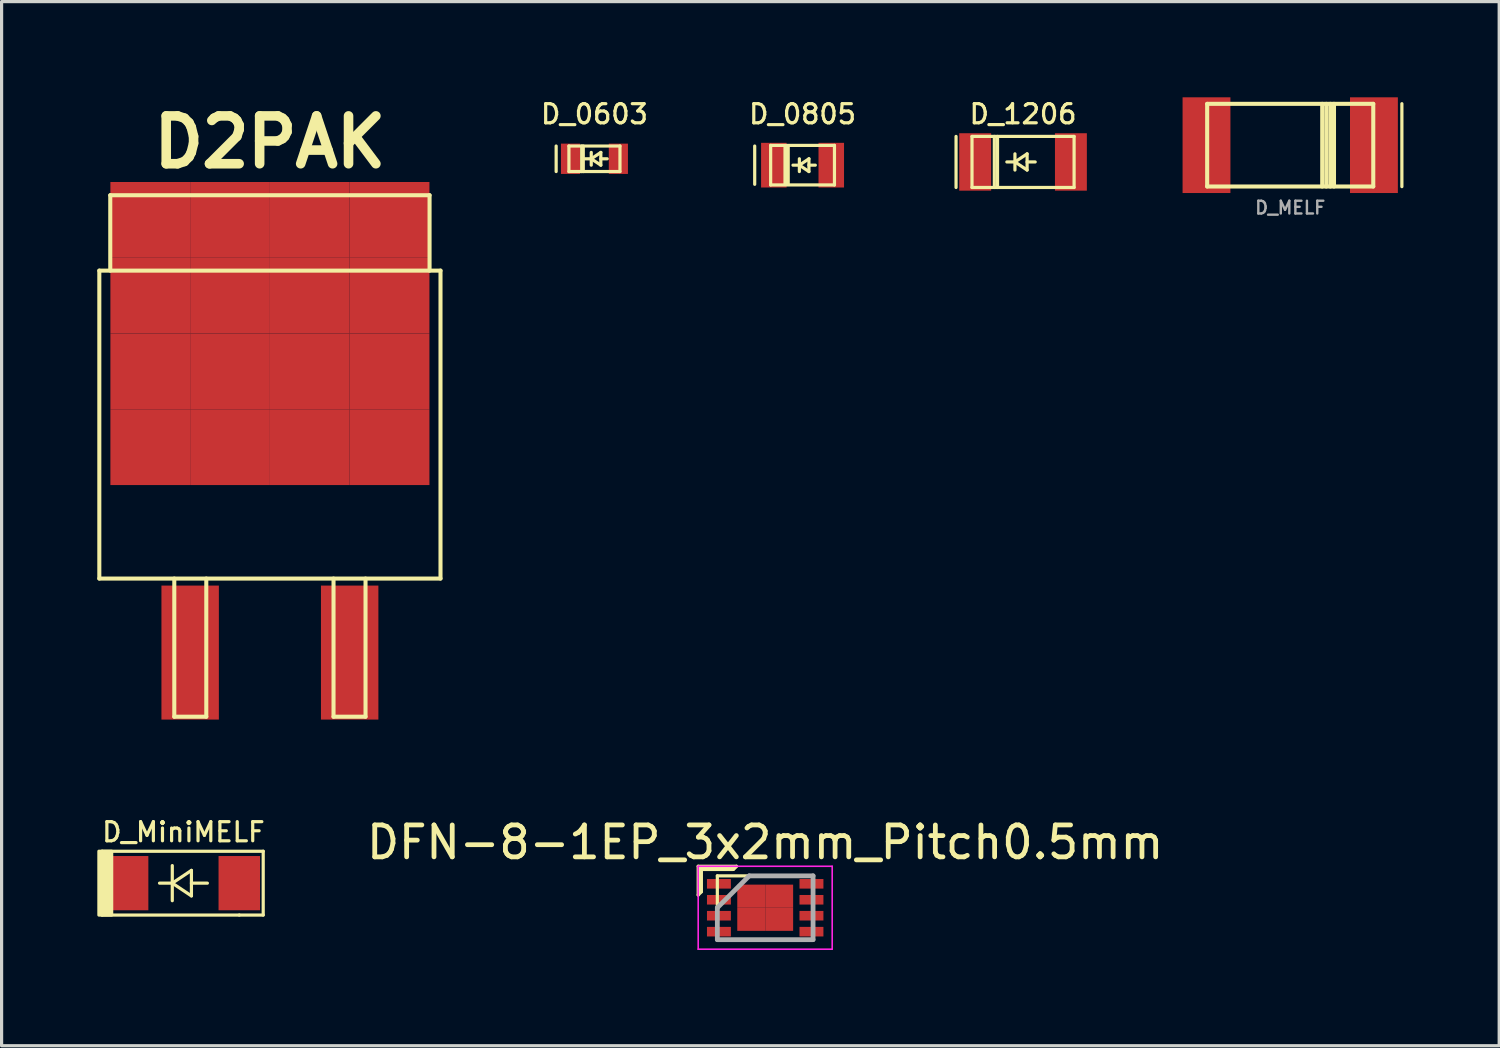
<source format=kicad_pcb>
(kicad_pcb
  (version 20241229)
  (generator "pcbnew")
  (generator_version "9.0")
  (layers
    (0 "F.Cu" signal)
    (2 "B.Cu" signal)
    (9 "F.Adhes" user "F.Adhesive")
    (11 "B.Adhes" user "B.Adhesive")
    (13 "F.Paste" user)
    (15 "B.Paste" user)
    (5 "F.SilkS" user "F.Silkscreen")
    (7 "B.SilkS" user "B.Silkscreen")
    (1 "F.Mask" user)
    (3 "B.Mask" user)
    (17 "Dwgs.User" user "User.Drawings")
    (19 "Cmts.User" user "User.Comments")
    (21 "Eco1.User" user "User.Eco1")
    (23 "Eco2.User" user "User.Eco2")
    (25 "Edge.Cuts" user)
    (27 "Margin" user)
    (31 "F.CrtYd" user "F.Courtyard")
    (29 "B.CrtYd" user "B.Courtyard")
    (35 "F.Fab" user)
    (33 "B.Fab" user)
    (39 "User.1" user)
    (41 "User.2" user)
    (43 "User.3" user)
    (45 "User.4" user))
  (footprint "DFN-8-1EP_3x2mm_Pitch0.5mm"
    (layer "F.Cu")
    (at 20.934 25.402)
    (property "Reference" "DFN-8-1EP_3x2mm_Pitch0.5mm" (at 0 -2.05 0) (layer "F.SilkS") (effects (font (size 1 1) (thickness 0.15))))
    (attr smd)
    (fp_line (start -2.1 -1.3) (end -2.1 -0.4) (stroke (width 0.1) (type solid)) (layer "F.SilkS"))
    (fp_line (start -2.1 -0.4) (end -2 -0.5) (stroke (width 0.1) (type solid)) (layer "F.SilkS"))
    (fp_line (start -2.05 -1.25) (end -0.95 -1.25) (stroke (width 0.1) (type solid)) (layer "F.SilkS"))
    (fp_line (start -2.05 -0.5) (end -2.05 -1.25) (stroke (width 0.1) (type solid)) (layer "F.SilkS"))
    (fp_line (start -2 -1.2) (end -1 -1.2) (stroke (width 0.1) (type solid)) (layer "F.SilkS"))
    (fp_line (start -2 -0.5) (end -2 -1.2) (stroke (width 0.1) (type solid)) (layer "F.SilkS"))
    (fp_line (start -1.5 -1) (end -1.5 1) (stroke (width 0.1) (type solid)) (layer "F.SilkS"))
    (fp_line (start -1.5 1) (end 1.5 1) (stroke (width 0.1) (type solid)) (layer "F.SilkS"))
    (fp_line (start -1 -1.2) (end -0.9 -1.3) (stroke (width 0.1) (type solid)) (layer "F.SilkS"))
    (fp_line (start -0.9 -1.3) (end -2.1 -1.3) (stroke (width 0.1) (type solid)) (layer "F.SilkS"))
    (fp_line (start 1.5 -1) (end -1.5 -1) (stroke (width 0.1) (type solid)) (layer "F.SilkS"))
    (fp_line (start 1.5 1) (end 1.5 -1) (stroke (width 0.1) (type solid)) (layer "F.SilkS"))
    (fp_line (start -2.1 -1.3) (end -2.1 1.3) (stroke (width 0.05) (type solid)) (layer "F.CrtYd"))
    (fp_line (start -2.1 -1.3) (end 2.1 -1.3) (stroke (width 0.05) (type solid)) (layer "F.CrtYd"))
    (fp_line (start -2.1 1.3) (end 2.1 1.3) (stroke (width 0.05) (type solid)) (layer "F.CrtYd"))
    (fp_line (start 2.1 -1.3) (end 2.1 1.3) (stroke (width 0.05) (type solid)) (layer "F.CrtYd"))
    (fp_line (start -1.5 0) (end -0.5 -1) (stroke (width 0.15) (type solid)) (layer "F.Fab"))
    (fp_line (start -1.5 1) (end -1.5 0) (stroke (width 0.15) (type solid)) (layer "F.Fab"))
    (fp_line (start -0.5 -1) (end 1.5 -1) (stroke (width 0.15) (type solid)) (layer "F.Fab"))
    (fp_line (start 1.5 -1) (end 1.5 1) (stroke (width 0.15) (type solid)) (layer "F.Fab"))
    (fp_line (start 1.5 1) (end -1.5 1) (stroke (width 0.15) (type solid)) (layer "F.Fab"))
    (pad "1" smd rect (at -1.45 -0.75) (size 0.75 0.3) (layers "F.Cu" "F.Mask" "F.Paste"))
    (pad "2" smd rect (at -1.45 -0.25) (size 0.75 0.3) (layers "F.Cu" "F.Mask" "F.Paste"))
    (pad "3" smd rect (at -1.45 0.25) (size 0.75 0.3) (layers "F.Cu" "F.Mask" "F.Paste"))
    (pad "4" smd rect (at -1.45 0.75) (size 0.75 0.3) (layers "F.Cu" "F.Mask" "F.Paste"))
    (pad "5" smd rect (at 1.45 0.75) (size 0.75 0.3) (layers "F.Cu" "F.Mask" "F.Paste"))
    (pad "6" smd rect (at 1.45 0.25) (size 0.75 0.3) (layers "F.Cu" "F.Mask" "F.Paste"))
    (pad "7" smd rect (at 1.45 -0.25) (size 0.75 0.3) (layers "F.Cu" "F.Mask" "F.Paste"))
    (pad "8" smd rect (at 1.45 -0.75) (size 0.75 0.3) (layers "F.Cu" "F.Mask" "F.Paste"))
    (pad "9" smd rect (at -0.438 -0.362) (size 0.875 0.725) (layers "F.Cu" "F.Mask" "F.Paste"))
    (pad "9" smd rect (at -0.438 0.362) (size 0.875 0.725) (layers "F.Cu" "F.Mask" "F.Paste"))
    (pad "9" smd rect (at 0.438 -0.362) (size 0.875 0.725) (layers "F.Cu" "F.Mask" "F.Paste"))
    (pad "9" smd rect (at 0.438 0.362) (size 0.875 0.725) (layers "F.Cu" "F.Mask" "F.Paste")))
  (footprint "D_0603"
    (layer "F.Cu")
    (at 15.582 1.927)
    (property "Reference" "D_0603" (at 0 -1.4 0) (layer "F.SilkS") (effects (font (size 0.6 0.6) (thickness 0.1))))
    (attr smd)
    (fp_line (start -1.2 -0.4) (end -1.2 0.4) (stroke (width 0.1) (type solid)) (layer "F.SilkS"))
    (fp_line (start -0.8 -0.4) (end -0.8 0.4) (stroke (width 0.1) (type solid)) (layer "F.SilkS"))
    (fp_line (start -0.8 0.4) (end 0.8 0.4) (stroke (width 0.1) (type solid)) (layer "F.SilkS"))
    (fp_line (start -0.4 -0.4) (end -0.4 0.4) (stroke (width 0.1) (type solid)) (layer "F.SilkS"))
    (fp_line (start -0.35 -0.4) (end -0.35 0.4) (stroke (width 0.1) (type solid)) (layer "F.SilkS"))
    (fp_line (start -0.1 -0.2) (end -0.1 0.2) (stroke (width 0.1) (type solid)) (layer "F.SilkS"))
    (fp_line (start -0.1 0) (end -0.3 0) (stroke (width 0.1) (type solid)) (layer "F.SilkS"))
    (fp_line (start -0.1 0) (end 0.2 0.2) (stroke (width 0.1) (type solid)) (layer "F.SilkS"))
    (fp_line (start 0.2 -0.2) (end -0.1 0) (stroke (width 0.1) (type solid)) (layer "F.SilkS"))
    (fp_line (start 0.2 0) (end 0.4 0) (stroke (width 0.1) (type solid)) (layer "F.SilkS"))
    (fp_line (start 0.2 0.2) (end 0.2 -0.2) (stroke (width 0.1) (type solid)) (layer "F.SilkS"))
    (fp_line (start 0.8 -0.4) (end -0.8 -0.4) (stroke (width 0.1) (type solid)) (layer "F.SilkS"))
    (fp_line (start 0.8 0.4) (end 0.8 -0.4) (stroke (width 0.1) (type solid)) (layer "F.SilkS"))
    (pad "1" smd rect (at -0.75 0) (size 0.6 0.95) (layers "F.Cu" "F.Mask" "F.Paste"))
    (pad "2" smd rect (at 0.75 0) (size 0.6 0.95) (layers "F.Cu" "F.Mask" "F.Paste")))
  (footprint "D_MELF"
    (layer "F.Cu")
    (at 37.39 1.5)
    (property "Reference" "D_MELF" (at 0 1.96 0) (layer "F.Fab") (effects (font (size 0.4 0.4) (thickness 0.075))))
    (attr through_hole)
    (fp_line (start -2.603 -1.295) (end -2.603 1.295) (stroke (width 0.127) (type solid)) (layer "F.SilkS"))
    (fp_line (start -2.603 1.295) (end 2.603 1.295) (stroke (width 0.127) (type solid)) (layer "F.SilkS"))
    (fp_line (start 1.003 -1.295) (end 1.003 1.295) (stroke (width 0.127) (type solid)) (layer "F.SilkS"))
    (fp_line (start 1.13 1.295) (end 1.13 -1.295) (stroke (width 0.127) (type solid)) (layer "F.SilkS"))
    (fp_line (start 1.257 -1.295) (end 1.257 1.295) (stroke (width 0.127) (type solid)) (layer "F.SilkS"))
    (fp_line (start 1.372 -1.295) (end 1.372 1.295) (stroke (width 0.127) (type solid)) (layer "F.SilkS"))
    (fp_line (start 2.603 -1.295) (end -2.603 -1.295) (stroke (width 0.127) (type solid)) (layer "F.SilkS"))
    (fp_line (start 2.603 1.295) (end 2.603 -1.295) (stroke (width 0.127) (type solid)) (layer "F.SilkS"))
    (fp_line (start 3.5 -1.3) (end 3.5 1.3) (stroke (width 0.1) (type solid)) (layer "F.SilkS"))
    (pad "1" smd rect (at 2.624 0) (size 1.5 3) (layers "F.Cu" "F.Mask" "F.Paste"))
    (pad "2" smd rect (at -2.624 0) (size 1.5 3) (layers "F.Cu" "F.Mask" "F.Paste")))
  (footprint "D_0805"
    (layer "F.Cu")
    (at 22.105 2.127)
    (property "Reference" "D_0805" (at 0 -1.6 0) (layer "F.SilkS") (effects (font (size 0.6 0.6) (thickness 0.1))))
    (attr smd)
    (fp_line (start -1.5 -0.6) (end -1.5 0.6) (stroke (width 0.1) (type solid)) (layer "F.SilkS"))
    (fp_line (start -1 -0.62) (end 1 -0.62) (stroke (width 0.1) (type solid)) (layer "F.SilkS"))
    (fp_line (start -1 0.62) (end -1 -0.62) (stroke (width 0.1) (type solid)) (layer "F.SilkS"))
    (fp_line (start -0.55 -0.6) (end -0.55 0.6) (stroke (width 0.1) (type solid)) (layer "F.SilkS"))
    (fp_line (start -0.5 -0.6) (end -0.5 0.6) (stroke (width 0.1) (type solid)) (layer "F.SilkS"))
    (fp_line (start -0.45 0.6) (end -0.45 -0.6) (stroke (width 0.1) (type solid)) (layer "F.SilkS"))
    (fp_line (start -0.1 -0.2) (end -0.1 0.2) (stroke (width 0.1) (type solid)) (layer "F.SilkS"))
    (fp_line (start -0.1 0) (end -0.3 0) (stroke (width 0.1) (type solid)) (layer "F.SilkS"))
    (fp_line (start -0.1 0) (end 0.2 0.2) (stroke (width 0.1) (type solid)) (layer "F.SilkS"))
    (fp_line (start 0.2 -0.2) (end -0.1 0) (stroke (width 0.1) (type solid)) (layer "F.SilkS"))
    (fp_line (start 0.2 0) (end 0.4 0) (stroke (width 0.1) (type solid)) (layer "F.SilkS"))
    (fp_line (start 0.2 0.2) (end 0.2 -0.2) (stroke (width 0.1) (type solid)) (layer "F.SilkS"))
    (fp_line (start 1 -0.62) (end 1 0.62) (stroke (width 0.1) (type solid)) (layer "F.SilkS"))
    (fp_line (start 1 0.62) (end -1 0.62) (stroke (width 0.1) (type solid)) (layer "F.SilkS"))
    (pad "1" smd rect (at -0.9 0) (size 0.8 1.4) (layers "F.Cu" "F.Mask" "F.Paste"))
    (pad "2" smd rect (at 0.9 0) (size 0.8 1.4) (layers "F.Cu" "F.Mask" "F.Paste")))
  (footprint "D_MiniMELF"
    (layer "F.Cu")
    (at 2.7 24.631)
    (property "Reference" "D_MiniMELF" (at 0 -1.6 0) (layer "F.SilkS") (effects (font (size 0.6 0.6) (thickness 0.1))))
    (attr smd)
    (fp_line (start -2.55 -1) (end -2.55 1) (stroke (width 0.1) (type solid)) (layer "F.SilkS"))
    (fp_line (start -2.55 1) (end 1.75 1) (stroke (width 0.1) (type solid)) (layer "F.SilkS"))
    (fp_line (start -0.75 0) (end -0.35 0) (stroke (width 0.1) (type solid)) (layer "F.SilkS"))
    (fp_line (start -0.35 0) (end -0.35 -0.55) (stroke (width 0.1) (type solid)) (layer "F.SilkS"))
    (fp_line (start -0.35 0) (end -0.35 0.55) (stroke (width 0.1) (type solid)) (layer "F.SilkS"))
    (fp_line (start -0.35 0) (end 0.25 -0.4) (stroke (width 0.1) (type solid)) (layer "F.SilkS"))
    (fp_line (start 0.25 -0.4) (end 0.25 0.4) (stroke (width 0.1) (type solid)) (layer "F.SilkS"))
    (fp_line (start 0.25 0) (end 0.75 0) (stroke (width 0.1) (type solid)) (layer "F.SilkS"))
    (fp_line (start 0.25 0.4) (end -0.35 0) (stroke (width 0.1) (type solid)) (layer "F.SilkS"))
    (fp_line (start 2.5 -1) (end -2.55 -1) (stroke (width 0.1) (type solid)) (layer "F.SilkS"))
    (fp_line (start 2.5 -1) (end 2.5 1) (stroke (width 0.1) (type solid)) (layer "F.SilkS"))
    (fp_line (start 2.5 1) (end 1.75 1) (stroke (width 0.1) (type solid)) (layer "F.SilkS"))
    (fp_poly (pts (xy -2.25 1) (xy -2.65 1) (xy -2.65 -1) (xy -2.25 -1)) (stroke (width 0.1) (type solid)) (fill yes) (layer "F.SilkS"))
    (pad "1" smd rect (at -1.75 0) (size 1.3 1.7) (layers "F.Cu" "F.Mask" "F.Paste"))
    (pad "2" smd rect (at 1.75 0) (size 1.3 1.7) (layers "F.Cu" "F.Mask" "F.Paste")))
  (footprint "D2PAK"
    (layer "F.Cu")
    (at 5.41 12.404)
    (property "Reference" "D2PAK" (at 0 -11 180) (layer "F.SilkS") (effects (font (size 1.5 1.5) (thickness 0.3))))
    (attr through_hole)
    (fp_line (start -5.347 -6.972) (end 5.347 -6.972) (stroke (width 0.127) (type solid)) (layer "F.SilkS"))
    (fp_line (start -5.347 2.68) (end -5.347 -6.972) (stroke (width 0.127) (type solid)) (layer "F.SilkS"))
    (fp_line (start -5.004 -9.335) (end 5.004 -9.335) (stroke (width 0.127) (type solid)) (layer "F.SilkS"))
    (fp_line (start -5.004 -6.972) (end -5.004 -9.335) (stroke (width 0.127) (type solid)) (layer "F.SilkS"))
    (fp_line (start -2.997 2.68) (end -2.997 7.01) (stroke (width 0.127) (type solid)) (layer "F.SilkS"))
    (fp_line (start -2.997 7.01) (end -1.994 7.01) (stroke (width 0.127) (type solid)) (layer "F.SilkS"))
    (fp_line (start -1.994 7.01) (end -1.994 2.68) (stroke (width 0.127) (type solid)) (layer "F.SilkS"))
    (fp_line (start 1.994 2.68) (end 1.994 7.01) (stroke (width 0.127) (type solid)) (layer "F.SilkS"))
    (fp_line (start 1.994 7.01) (end 2.997 7.01) (stroke (width 0.127) (type solid)) (layer "F.SilkS"))
    (fp_line (start 2.997 7.01) (end 2.997 2.68) (stroke (width 0.127) (type solid)) (layer "F.SilkS"))
    (fp_line (start 5.004 -9.335) (end 5.004 -6.972) (stroke (width 0.127) (type solid)) (layer "F.SilkS"))
    (fp_line (start 5.347 -6.972) (end 5.347 2.68) (stroke (width 0.127) (type solid)) (layer "F.SilkS"))
    (fp_line (start 5.347 2.68) (end -5.347 2.68) (stroke (width 0.127) (type solid)) (layer "F.SilkS"))
    (pad "1" smd rect (at -2.5 5) (size 1.8 4.2) (layers "F.Cu" "F.Mask" "F.Paste"))
    (pad "2" smd rect (at -3.75 -8.562) (size 2.5 2.375) (layers "F.Cu" "F.Mask" "F.Paste"))
    (pad "2" smd rect (at -3.75 -6.188) (size 2.5 2.375) (layers "F.Cu" "F.Mask" "F.Paste"))
    (pad "2" smd rect (at -3.75 -3.812) (size 2.5 2.375) (layers "F.Cu" "F.Mask" "F.Paste"))
    (pad "2" smd rect (at -3.75 -1.438) (size 2.5 2.375) (layers "F.Cu" "F.Mask" "F.Paste"))
    (pad "2" smd rect (at -1.25 -8.562) (size 2.5 2.375) (layers "F.Cu" "F.Mask" "F.Paste"))
    (pad "2" smd rect (at -1.25 -6.188) (size 2.5 2.375) (layers "F.Cu" "F.Mask" "F.Paste"))
    (pad "2" smd rect (at -1.25 -3.812) (size 2.5 2.375) (layers "F.Cu" "F.Mask" "F.Paste"))
    (pad "2" smd rect (at -1.25 -1.438) (size 2.5 2.375) (layers "F.Cu" "F.Mask" "F.Paste"))
    (pad "2" smd rect (at 1.25 -8.562) (size 2.5 2.375) (layers "F.Cu" "F.Mask" "F.Paste"))
    (pad "2" smd rect (at 1.25 -6.188) (size 2.5 2.375) (layers "F.Cu" "F.Mask" "F.Paste"))
    (pad "2" smd rect (at 1.25 -3.812) (size 2.5 2.375) (layers "F.Cu" "F.Mask" "F.Paste"))
    (pad "2" smd rect (at 1.25 -1.438) (size 2.5 2.375) (layers "F.Cu" "F.Mask" "F.Paste"))
    (pad "2" smd rect (at 3.75 -8.562) (size 2.5 2.375) (layers "F.Cu" "F.Mask" "F.Paste"))
    (pad "2" smd rect (at 3.75 -6.188) (size 2.5 2.375) (layers "F.Cu" "F.Mask" "F.Paste"))
    (pad "2" smd rect (at 3.75 -3.812) (size 2.5 2.375) (layers "F.Cu" "F.Mask" "F.Paste"))
    (pad "2" smd rect (at 3.75 -1.438) (size 2.5 2.375) (layers "F.Cu" "F.Mask" "F.Paste"))
    (pad "3" smd rect (at 2.5 5) (size 1.8 4.2) (layers "F.Cu" "F.Mask" "F.Paste")))
  (footprint "D_1206"
    (layer "F.Cu")
    (at 29.016 2.026)
    (property "Reference" "D_1206" (at 0 -1.5 0) (layer "F.SilkS") (effects (font (size 0.6 0.6) (thickness 0.1))))
    (attr smd)
    (fp_line (start -2.1 -0.8) (end -2.1 0.8) (stroke (width 0.1) (type solid)) (layer "F.SilkS"))
    (fp_line (start -1.6 -0.8) (end -1.6 0.8) (stroke (width 0.1) (type solid)) (layer "F.SilkS"))
    (fp_line (start -1.6 0.8) (end 1.6 0.8) (stroke (width 0.1) (type solid)) (layer "F.SilkS"))
    (fp_line (start -0.9 -0.8) (end -0.9 0.8) (stroke (width 0.1) (type solid)) (layer "F.SilkS"))
    (fp_line (start -0.8 0.8) (end -0.8 -0.8) (stroke (width 0.1) (type solid)) (layer "F.SilkS"))
    (fp_line (start -0.254 -0.254) (end -0.254 0.254) (stroke (width 0.1) (type solid)) (layer "F.SilkS"))
    (fp_line (start -0.254 0) (end -0.508 0) (stroke (width 0.1) (type solid)) (layer "F.SilkS"))
    (fp_line (start -0.254 0) (end 0.127 -0.254) (stroke (width 0.1) (type solid)) (layer "F.SilkS"))
    (fp_line (start 0.127 -0.254) (end 0.127 0.254) (stroke (width 0.1) (type solid)) (layer "F.SilkS"))
    (fp_line (start 0.127 0) (end 0.381 0) (stroke (width 0.1) (type solid)) (layer "F.SilkS"))
    (fp_line (start 0.127 0.254) (end -0.254 0) (stroke (width 0.1) (type solid)) (layer "F.SilkS"))
    (fp_line (start 1.6 -0.8) (end -1.6 -0.8) (stroke (width 0.1) (type solid)) (layer "F.SilkS"))
    (fp_line (start 1.6 0.8) (end 1.6 -0.8) (stroke (width 0.1) (type solid)) (layer "F.SilkS"))
    (pad "1" smd rect (at -1.5 0) (size 1 1.8) (layers "F.Cu" "F.Mask" "F.Paste"))
    (pad "2" smd rect (at 1.5 0) (size 1 1.8) (layers "F.Cu" "F.Mask" "F.Paste")))
  (gr_rect
    (start -3 -3)
    (end 43.94 29.727)
    (stroke (width 0.1) (type default))
    (fill no)
    (layer "Edge.Cuts")))
</source>
